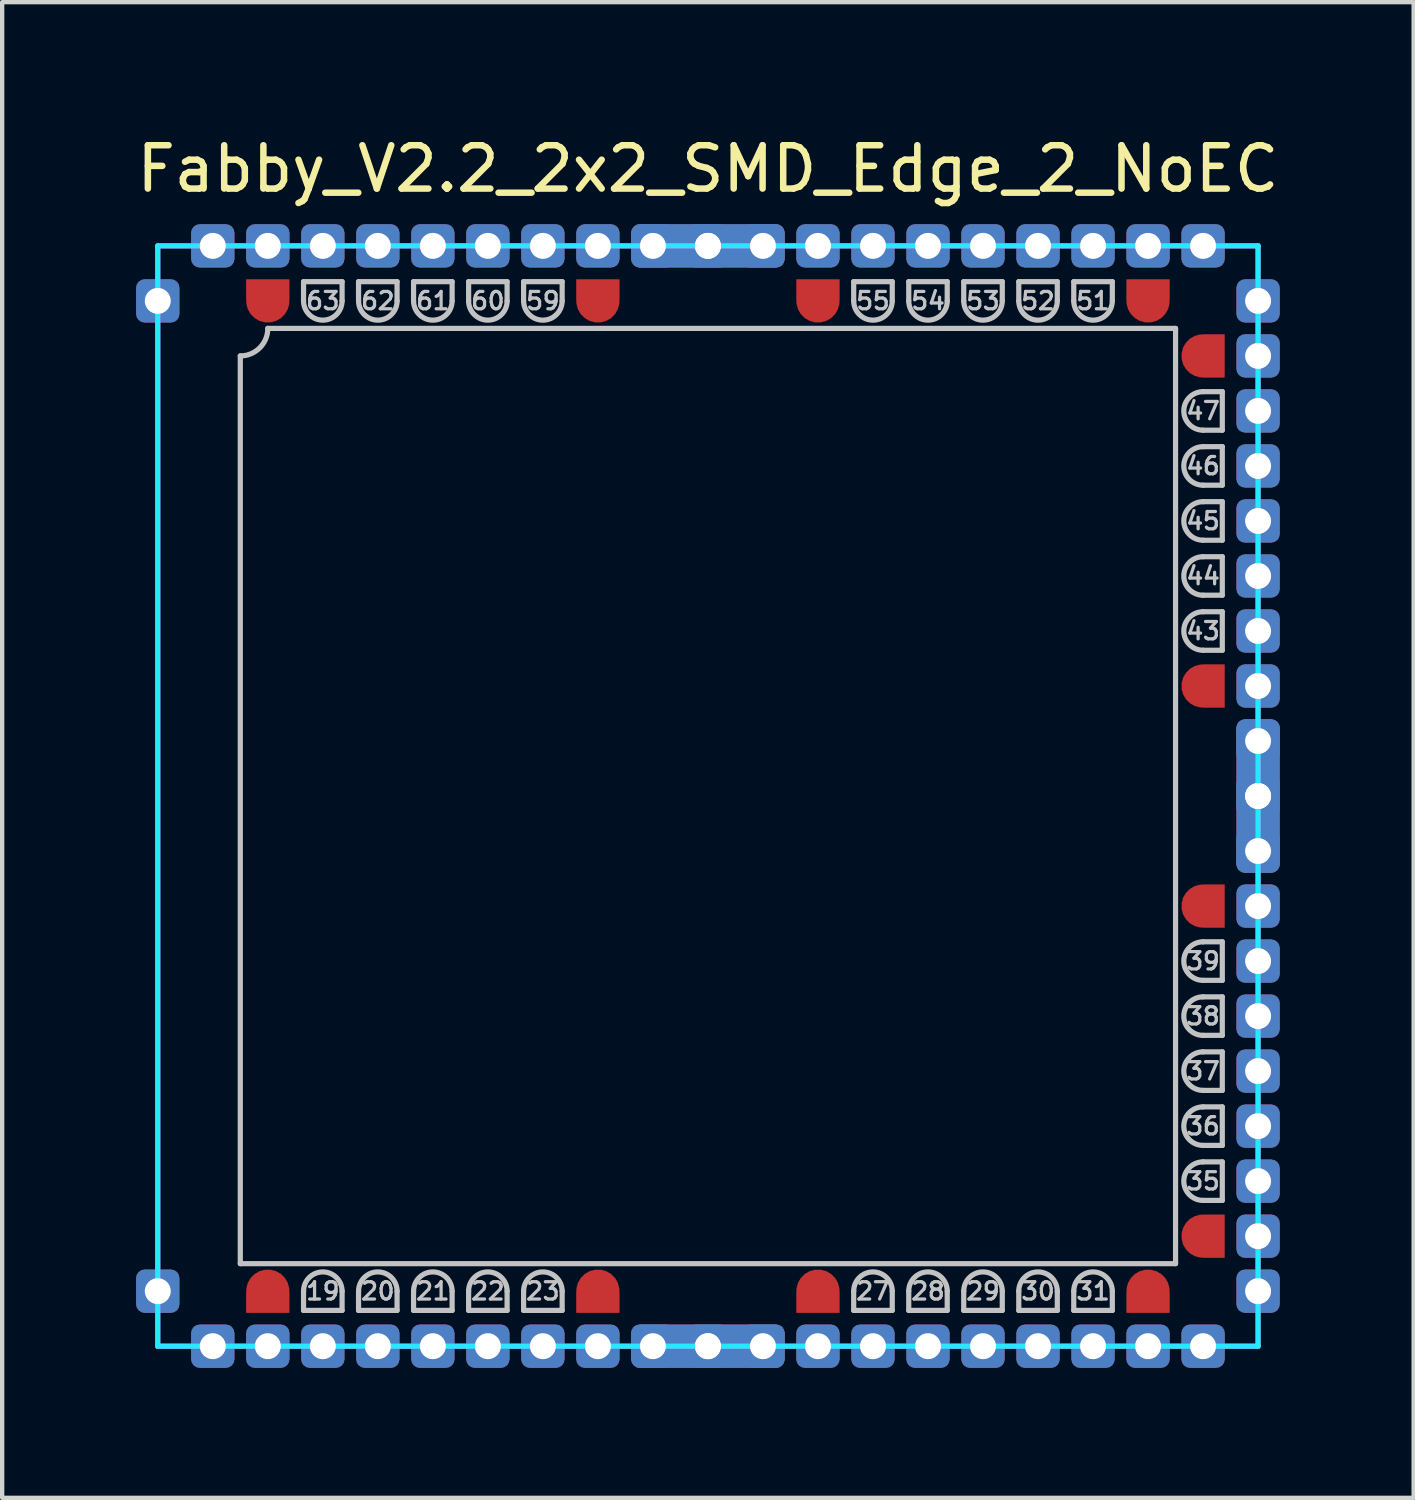
<source format=kicad_pcb>
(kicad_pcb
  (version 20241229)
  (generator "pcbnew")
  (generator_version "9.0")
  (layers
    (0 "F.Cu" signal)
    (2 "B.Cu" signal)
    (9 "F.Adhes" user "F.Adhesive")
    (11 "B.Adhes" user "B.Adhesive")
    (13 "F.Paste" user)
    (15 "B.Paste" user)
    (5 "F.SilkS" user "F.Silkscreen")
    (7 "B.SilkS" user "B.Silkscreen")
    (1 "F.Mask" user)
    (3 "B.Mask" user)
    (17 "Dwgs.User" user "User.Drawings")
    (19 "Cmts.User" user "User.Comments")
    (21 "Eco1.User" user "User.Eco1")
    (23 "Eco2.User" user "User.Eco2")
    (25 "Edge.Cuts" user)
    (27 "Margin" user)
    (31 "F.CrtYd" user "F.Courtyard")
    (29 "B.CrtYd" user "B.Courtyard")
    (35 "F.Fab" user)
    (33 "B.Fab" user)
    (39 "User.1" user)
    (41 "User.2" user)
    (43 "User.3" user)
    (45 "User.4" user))
  (footprint "Fabby_V2.2_2x2_SMD_Edge_2_NoEC"
    (layer "F.Cu")
    (at 13.292 15.326)
    (property "Reference" "Fabby_V2.2_2x2_SMD_Edge_2_NoEC" (at 0 -14.478 0) (layer "F.SilkS") (effects (font (size 1 1) (thickness 0.15))))
    (attr through_hole)
    (fp_line (start -10.795 10.795) (end -10.795 -10.16) (stroke (width 0.12) (type solid)) (layer "Dwgs.User"))
    (fp_line (start -10.16 -10.795) (end 10.795 -10.795) (stroke (width 0.12) (type solid)) (layer "Dwgs.User"))
    (fp_line (start -9.335 -11.874) (end -9.335 -11.43) (stroke (width 0.12) (type solid)) (layer "Dwgs.User"))
    (fp_line (start -9.335 11.874) (end -9.335 11.43) (stroke (width 0.12) (type solid)) (layer "Dwgs.User"))
    (fp_line (start -9.335 11.874) (end -8.445 11.874) (stroke (width 0.12) (type solid)) (layer "Dwgs.User"))
    (fp_line (start -8.445 -11.874) (end -9.335 -11.874) (stroke (width 0.12) (type solid)) (layer "Dwgs.User"))
    (fp_line (start -8.445 -11.874) (end -8.445 -11.43) (stroke (width 0.12) (type solid)) (layer "Dwgs.User"))
    (fp_line (start -8.445 11.874) (end -8.445 11.43) (stroke (width 0.12) (type solid)) (layer "Dwgs.User"))
    (fp_line (start -8.065 -11.874) (end -8.065 -11.43) (stroke (width 0.12) (type solid)) (layer "Dwgs.User"))
    (fp_line (start -8.065 11.874) (end -8.065 11.43) (stroke (width 0.12) (type solid)) (layer "Dwgs.User"))
    (fp_line (start -8.065 11.874) (end -7.176 11.874) (stroke (width 0.12) (type solid)) (layer "Dwgs.User"))
    (fp_line (start -7.176 -11.874) (end -8.065 -11.874) (stroke (width 0.12) (type solid)) (layer "Dwgs.User"))
    (fp_line (start -7.176 -11.874) (end -7.176 -11.43) (stroke (width 0.12) (type solid)) (layer "Dwgs.User"))
    (fp_line (start -7.176 11.874) (end -7.176 11.43) (stroke (width 0.12) (type solid)) (layer "Dwgs.User"))
    (fp_line (start -6.795 -11.874) (end -6.795 -11.43) (stroke (width 0.12) (type solid)) (layer "Dwgs.User"))
    (fp_line (start -6.795 11.874) (end -6.795 11.43) (stroke (width 0.12) (type solid)) (layer "Dwgs.User"))
    (fp_line (start -6.795 11.874) (end -5.905 11.874) (stroke (width 0.12) (type solid)) (layer "Dwgs.User"))
    (fp_line (start -5.905 -11.874) (end -6.795 -11.874) (stroke (width 0.12) (type solid)) (layer "Dwgs.User"))
    (fp_line (start -5.905 -11.874) (end -5.905 -11.43) (stroke (width 0.12) (type solid)) (layer "Dwgs.User"))
    (fp_line (start -5.905 11.874) (end -5.905 11.43) (stroke (width 0.12) (type solid)) (layer "Dwgs.User"))
    (fp_line (start -5.524 -11.874) (end -5.524 -11.43) (stroke (width 0.12) (type solid)) (layer "Dwgs.User"))
    (fp_line (start -5.524 11.874) (end -5.524 11.43) (stroke (width 0.12) (type solid)) (layer "Dwgs.User"))
    (fp_line (start -5.524 11.874) (end -4.636 11.874) (stroke (width 0.12) (type solid)) (layer "Dwgs.User"))
    (fp_line (start -4.636 -11.874) (end -5.524 -11.874) (stroke (width 0.12) (type solid)) (layer "Dwgs.User"))
    (fp_line (start -4.636 -11.874) (end -4.636 -11.43) (stroke (width 0.12) (type solid)) (layer "Dwgs.User"))
    (fp_line (start -4.636 11.874) (end -4.636 11.43) (stroke (width 0.12) (type solid)) (layer "Dwgs.User"))
    (fp_line (start -4.255 -11.874) (end -4.255 -11.43) (stroke (width 0.12) (type solid)) (layer "Dwgs.User"))
    (fp_line (start -4.255 11.874) (end -4.255 11.43) (stroke (width 0.12) (type solid)) (layer "Dwgs.User"))
    (fp_line (start -4.255 11.874) (end -3.365 11.874) (stroke (width 0.12) (type solid)) (layer "Dwgs.User"))
    (fp_line (start -3.365 -11.874) (end -4.255 -11.874) (stroke (width 0.12) (type solid)) (layer "Dwgs.User"))
    (fp_line (start -3.365 -11.874) (end -3.365 -11.43) (stroke (width 0.12) (type solid)) (layer "Dwgs.User"))
    (fp_line (start -3.365 11.874) (end -3.365 11.43) (stroke (width 0.12) (type solid)) (layer "Dwgs.User"))
    (fp_line (start 3.365 -11.874) (end 3.365 -11.43) (stroke (width 0.12) (type solid)) (layer "Dwgs.User"))
    (fp_line (start 3.365 11.874) (end 3.365 11.43) (stroke (width 0.12) (type solid)) (layer "Dwgs.User"))
    (fp_line (start 3.365 11.874) (end 4.255 11.874) (stroke (width 0.12) (type solid)) (layer "Dwgs.User"))
    (fp_line (start 4.255 -11.874) (end 3.365 -11.874) (stroke (width 0.12) (type solid)) (layer "Dwgs.User"))
    (fp_line (start 4.255 -11.874) (end 4.255 -11.43) (stroke (width 0.12) (type solid)) (layer "Dwgs.User"))
    (fp_line (start 4.255 11.874) (end 4.255 11.43) (stroke (width 0.12) (type solid)) (layer "Dwgs.User"))
    (fp_line (start 4.636 -11.874) (end 4.636 -11.43) (stroke (width 0.12) (type solid)) (layer "Dwgs.User"))
    (fp_line (start 4.636 11.874) (end 4.636 11.43) (stroke (width 0.12) (type solid)) (layer "Dwgs.User"))
    (fp_line (start 4.636 11.874) (end 5.524 11.874) (stroke (width 0.12) (type solid)) (layer "Dwgs.User"))
    (fp_line (start 5.524 -11.874) (end 4.636 -11.874) (stroke (width 0.12) (type solid)) (layer "Dwgs.User"))
    (fp_line (start 5.524 -11.874) (end 5.524 -11.43) (stroke (width 0.12) (type solid)) (layer "Dwgs.User"))
    (fp_line (start 5.524 11.874) (end 5.524 11.43) (stroke (width 0.12) (type solid)) (layer "Dwgs.User"))
    (fp_line (start 5.905 -11.874) (end 5.905 -11.43) (stroke (width 0.12) (type solid)) (layer "Dwgs.User"))
    (fp_line (start 5.905 11.874) (end 5.905 11.43) (stroke (width 0.12) (type solid)) (layer "Dwgs.User"))
    (fp_line (start 5.905 11.874) (end 6.795 11.874) (stroke (width 0.12) (type solid)) (layer "Dwgs.User"))
    (fp_line (start 6.795 -11.874) (end 5.905 -11.874) (stroke (width 0.12) (type solid)) (layer "Dwgs.User"))
    (fp_line (start 6.795 -11.874) (end 6.795 -11.43) (stroke (width 0.12) (type solid)) (layer "Dwgs.User"))
    (fp_line (start 6.795 11.874) (end 6.795 11.43) (stroke (width 0.12) (type solid)) (layer "Dwgs.User"))
    (fp_line (start 7.176 -11.874) (end 7.176 -11.43) (stroke (width 0.12) (type solid)) (layer "Dwgs.User"))
    (fp_line (start 7.176 11.874) (end 7.176 11.43) (stroke (width 0.12) (type solid)) (layer "Dwgs.User"))
    (fp_line (start 7.176 11.874) (end 8.065 11.874) (stroke (width 0.12) (type solid)) (layer "Dwgs.User"))
    (fp_line (start 8.065 -11.874) (end 7.176 -11.874) (stroke (width 0.12) (type solid)) (layer "Dwgs.User"))
    (fp_line (start 8.065 -11.874) (end 8.065 -11.43) (stroke (width 0.12) (type solid)) (layer "Dwgs.User"))
    (fp_line (start 8.065 11.874) (end 8.065 11.43) (stroke (width 0.12) (type solid)) (layer "Dwgs.User"))
    (fp_line (start 8.445 -11.874) (end 8.445 -11.43) (stroke (width 0.12) (type solid)) (layer "Dwgs.User"))
    (fp_line (start 8.445 11.874) (end 8.445 11.43) (stroke (width 0.12) (type solid)) (layer "Dwgs.User"))
    (fp_line (start 8.445 11.874) (end 9.335 11.874) (stroke (width 0.12) (type solid)) (layer "Dwgs.User"))
    (fp_line (start 9.335 -11.874) (end 8.445 -11.874) (stroke (width 0.12) (type solid)) (layer "Dwgs.User"))
    (fp_line (start 9.335 -11.874) (end 9.335 -11.43) (stroke (width 0.12) (type solid)) (layer "Dwgs.User"))
    (fp_line (start 9.335 11.874) (end 9.335 11.43) (stroke (width 0.12) (type solid)) (layer "Dwgs.User"))
    (fp_line (start 10.795 -10.795) (end 10.795 10.795) (stroke (width 0.12) (type solid)) (layer "Dwgs.User"))
    (fp_line (start 10.795 10.795) (end -10.795 10.795) (stroke (width 0.12) (type solid)) (layer "Dwgs.User"))
    (fp_line (start 11.874 -9.335) (end 11.43 -9.335) (stroke (width 0.12) (type solid)) (layer "Dwgs.User"))
    (fp_line (start 11.874 -8.445) (end 11.43 -8.445) (stroke (width 0.12) (type solid)) (layer "Dwgs.User"))
    (fp_line (start 11.874 -8.445) (end 11.874 -9.335) (stroke (width 0.12) (type solid)) (layer "Dwgs.User"))
    (fp_line (start 11.874 -8.065) (end 11.43 -8.065) (stroke (width 0.12) (type solid)) (layer "Dwgs.User"))
    (fp_line (start 11.874 -7.176) (end 11.43 -7.176) (stroke (width 0.12) (type solid)) (layer "Dwgs.User"))
    (fp_line (start 11.874 -7.176) (end 11.874 -8.065) (stroke (width 0.12) (type solid)) (layer "Dwgs.User"))
    (fp_line (start 11.874 -6.795) (end 11.43 -6.795) (stroke (width 0.12) (type solid)) (layer "Dwgs.User"))
    (fp_line (start 11.874 -5.905) (end 11.43 -5.905) (stroke (width 0.12) (type solid)) (layer "Dwgs.User"))
    (fp_line (start 11.874 -5.905) (end 11.874 -6.795) (stroke (width 0.12) (type solid)) (layer "Dwgs.User"))
    (fp_line (start 11.874 -5.524) (end 11.43 -5.524) (stroke (width 0.12) (type solid)) (layer "Dwgs.User"))
    (fp_line (start 11.874 -4.636) (end 11.43 -4.636) (stroke (width 0.12) (type solid)) (layer "Dwgs.User"))
    (fp_line (start 11.874 -4.636) (end 11.874 -5.524) (stroke (width 0.12) (type solid)) (layer "Dwgs.User"))
    (fp_line (start 11.874 -4.255) (end 11.43 -4.255) (stroke (width 0.12) (type solid)) (layer "Dwgs.User"))
    (fp_line (start 11.874 -3.365) (end 11.43 -3.365) (stroke (width 0.12) (type solid)) (layer "Dwgs.User"))
    (fp_line (start 11.874 -3.365) (end 11.874 -4.255) (stroke (width 0.12) (type solid)) (layer "Dwgs.User"))
    (fp_line (start 11.874 3.365) (end 11.43 3.365) (stroke (width 0.12) (type solid)) (layer "Dwgs.User"))
    (fp_line (start 11.874 4.255) (end 11.43 4.255) (stroke (width 0.12) (type solid)) (layer "Dwgs.User"))
    (fp_line (start 11.874 4.255) (end 11.874 3.365) (stroke (width 0.12) (type solid)) (layer "Dwgs.User"))
    (fp_line (start 11.874 4.636) (end 11.43 4.636) (stroke (width 0.12) (type solid)) (layer "Dwgs.User"))
    (fp_line (start 11.874 5.524) (end 11.43 5.524) (stroke (width 0.12) (type solid)) (layer "Dwgs.User"))
    (fp_line (start 11.874 5.524) (end 11.874 4.636) (stroke (width 0.12) (type solid)) (layer "Dwgs.User"))
    (fp_line (start 11.874 5.905) (end 11.43 5.905) (stroke (width 0.12) (type solid)) (layer "Dwgs.User"))
    (fp_line (start 11.874 6.795) (end 11.43 6.795) (stroke (width 0.12) (type solid)) (layer "Dwgs.User"))
    (fp_line (start 11.874 6.795) (end 11.874 5.905) (stroke (width 0.12) (type solid)) (layer "Dwgs.User"))
    (fp_line (start 11.874 7.176) (end 11.43 7.176) (stroke (width 0.12) (type solid)) (layer "Dwgs.User"))
    (fp_line (start 11.874 8.065) (end 11.43 8.065) (stroke (width 0.12) (type solid)) (layer "Dwgs.User"))
    (fp_line (start 11.874 8.065) (end 11.874 7.176) (stroke (width 0.12) (type solid)) (layer "Dwgs.User"))
    (fp_line (start 11.874 8.445) (end 11.43 8.445) (stroke (width 0.12) (type solid)) (layer "Dwgs.User"))
    (fp_line (start 11.874 9.335) (end 11.43 9.335) (stroke (width 0.12) (type solid)) (layer "Dwgs.User"))
    (fp_line (start 11.874 9.335) (end 11.874 8.445) (stroke (width 0.12) (type solid)) (layer "Dwgs.User"))
    (fp_arc (start -10.16 -10.795) (mid -10.345987 -10.345987) (end -10.795 -10.16) (stroke (width 0.12) (type solid)) (layer "Dwgs.User"))
    (fp_arc (start -9.3345 11.43) (mid -8.89 10.9855) (end -8.4455 11.43) (stroke (width 0.12) (type solid)) (layer "Dwgs.User"))
    (fp_arc (start -8.4455 -11.43) (mid -8.89 -10.9855) (end -9.3345 -11.43) (stroke (width 0.12) (type solid)) (layer "Dwgs.User"))
    (fp_arc (start -8.0645 11.43) (mid -7.62 10.9855) (end -7.1755 11.43) (stroke (width 0.12) (type solid)) (layer "Dwgs.User"))
    (fp_arc (start -7.1755 -11.43) (mid -7.62 -10.9855) (end -8.0645 -11.43) (stroke (width 0.12) (type solid)) (layer "Dwgs.User"))
    (fp_arc (start -6.7945 11.43) (mid -6.35 10.9855) (end -5.9055 11.43) (stroke (width 0.12) (type solid)) (layer "Dwgs.User"))
    (fp_arc (start -5.9055 -11.43) (mid -6.35 -10.9855) (end -6.7945 -11.43) (stroke (width 0.12) (type solid)) (layer "Dwgs.User"))
    (fp_arc (start -5.5245 11.43) (mid -5.08 10.9855) (end -4.6355 11.43) (stroke (width 0.12) (type solid)) (layer "Dwgs.User"))
    (fp_arc (start -4.6355 -11.43) (mid -5.08 -10.9855) (end -5.5245 -11.43) (stroke (width 0.12) (type solid)) (layer "Dwgs.User"))
    (fp_arc (start -4.2545 11.43) (mid -3.81 10.9855) (end -3.3655 11.43) (stroke (width 0.12) (type solid)) (layer "Dwgs.User"))
    (fp_arc (start -3.3655 -11.43) (mid -3.81 -10.9855) (end -4.2545 -11.43) (stroke (width 0.12) (type solid)) (layer "Dwgs.User"))
    (fp_arc (start 3.3655 11.43) (mid 3.81 10.9855) (end 4.2545 11.43) (stroke (width 0.12) (type solid)) (layer "Dwgs.User"))
    (fp_arc (start 4.2545 -11.43) (mid 3.81 -10.9855) (end 3.3655 -11.43) (stroke (width 0.12) (type solid)) (layer "Dwgs.User"))
    (fp_arc (start 4.6355 11.43) (mid 5.08 10.9855) (end 5.5245 11.43) (stroke (width 0.12) (type solid)) (layer "Dwgs.User"))
    (fp_arc (start 5.5245 -11.43) (mid 5.08 -10.9855) (end 4.6355 -11.43) (stroke (width 0.12) (type solid)) (layer "Dwgs.User"))
    (fp_arc (start 5.9055 11.43) (mid 6.35 10.9855) (end 6.7945 11.43) (stroke (width 0.12) (type solid)) (layer "Dwgs.User"))
    (fp_arc (start 6.7945 -11.43) (mid 6.35 -10.9855) (end 5.9055 -11.43) (stroke (width 0.12) (type solid)) (layer "Dwgs.User"))
    (fp_arc (start 7.1755 11.43) (mid 7.62 10.9855) (end 8.0645 11.43) (stroke (width 0.12) (type solid)) (layer "Dwgs.User"))
    (fp_arc (start 8.0645 -11.43) (mid 7.62 -10.9855) (end 7.1755 -11.43) (stroke (width 0.12) (type solid)) (layer "Dwgs.User"))
    (fp_arc (start 8.4455 11.43) (mid 8.89 10.9855) (end 9.3345 11.43) (stroke (width 0.12) (type solid)) (layer "Dwgs.User"))
    (fp_arc (start 9.3345 -11.43) (mid 8.89 -10.9855) (end 8.4455 -11.43) (stroke (width 0.12) (type solid)) (layer "Dwgs.User"))
    (fp_arc (start 11.43 -8.4455) (mid 10.9855 -8.89) (end 11.43 -9.3345) (stroke (width 0.12) (type solid)) (layer "Dwgs.User"))
    (fp_arc (start 11.43 -7.1755) (mid 10.9855 -7.62) (end 11.43 -8.0645) (stroke (width 0.12) (type solid)) (layer "Dwgs.User"))
    (fp_arc (start 11.43 -5.9055) (mid 10.9855 -6.35) (end 11.43 -6.7945) (stroke (width 0.12) (type solid)) (layer "Dwgs.User"))
    (fp_arc (start 11.43 -4.6355) (mid 10.9855 -5.08) (end 11.43 -5.5245) (stroke (width 0.12) (type solid)) (layer "Dwgs.User"))
    (fp_arc (start 11.43 -3.3655) (mid 10.9855 -3.81) (end 11.43 -4.2545) (stroke (width 0.12) (type solid)) (layer "Dwgs.User"))
    (fp_arc (start 11.43 4.2545) (mid 10.9855 3.81) (end 11.43 3.3655) (stroke (width 0.12) (type solid)) (layer "Dwgs.User"))
    (fp_arc (start 11.43 5.5245) (mid 10.9855 5.08) (end 11.43 4.6355) (stroke (width 0.12) (type solid)) (layer "Dwgs.User"))
    (fp_arc (start 11.43 6.7945) (mid 10.9855 6.35) (end 11.43 5.9055) (stroke (width 0.12) (type solid)) (layer "Dwgs.User"))
    (fp_arc (start 11.43 8.0645) (mid 10.9855 7.62) (end 11.43 7.1755) (stroke (width 0.12) (type solid)) (layer "Dwgs.User"))
    (fp_arc (start 11.43 9.3345) (mid 10.9855 8.89) (end 11.43 8.4455) (stroke (width 0.12) (type solid)) (layer "Dwgs.User"))
    (fp_line (start -12.7 -12.7) (end 12.7 -12.7) (stroke (width 0.12) (type solid)) (layer "B.CrtYd"))
    (fp_line (start -12.7 12.7) (end -12.7 -12.7) (stroke (width 0.12) (type solid)) (layer "B.CrtYd"))
    (fp_line (start 12.7 -12.7) (end 12.7 12.7) (stroke (width 0.12) (type solid)) (layer "B.CrtYd"))
    (fp_line (start 12.7 12.7) (end -12.7 12.7) (stroke (width 0.12) (type solid)) (layer "B.CrtYd"))
    (fp_line (start -12.7 -12.7) (end 12.7 -12.7) (stroke (width 0.12) (type solid)) (layer "F.CrtYd"))
    (fp_line (start -12.7 12.7) (end -12.7 -12.7) (stroke (width 0.12) (type solid)) (layer "F.CrtYd"))
    (fp_line (start 12.7 -12.7) (end 12.7 12.7) (stroke (width 0.12) (type solid)) (layer "F.CrtYd"))
    (fp_line (start 12.7 12.7) (end -12.7 12.7) (stroke (width 0.12) (type solid)) (layer "F.CrtYd"))
    (fp_text user "39" (at 11.43 3.81 0) (layer "Dwgs.User") (effects (font (size 0.4 0.4) (thickness 0.075))))
    (fp_text user "21" (at -6.35 11.43 0) (layer "Dwgs.User") (effects (font (size 0.4 0.4) (thickness 0.075))))
    (fp_text user "63" (at -8.89 -11.43 0) (layer "Dwgs.User") (effects (font (size 0.4 0.4) (thickness 0.075))))
    (fp_text user "45" (at 11.43 -6.35 0) (layer "Dwgs.User") (effects (font (size 0.4 0.4) (thickness 0.075))))
    (fp_text user "37" (at 11.43 6.35 0) (layer "Dwgs.User") (effects (font (size 0.4 0.4) (thickness 0.075))))
    (fp_text user "19" (at -8.89 11.43 0) (layer "Dwgs.User") (effects (font (size 0.4 0.4) (thickness 0.075))))
    (fp_text user "60" (at -5.08 -11.43 0) (layer "Dwgs.User") (effects (font (size 0.4 0.4) (thickness 0.075))))
    (fp_text user "31" (at 8.89 11.43 0) (layer "Dwgs.User") (effects (font (size 0.4 0.4) (thickness 0.075))))
    (fp_text user "22" (at -5.08 11.43 0) (layer "Dwgs.User") (effects (font (size 0.4 0.4) (thickness 0.075))))
    (fp_text user "35" (at 11.43 8.89 0) (layer "Dwgs.User") (effects (font (size 0.4 0.4) (thickness 0.075))))
    (fp_text user "23" (at -3.81 11.43 0) (layer "Dwgs.User") (effects (font (size 0.4 0.4) (thickness 0.075))))
    (fp_text user "52" (at 7.62 -11.43 0) (layer "Dwgs.User") (effects (font (size 0.4 0.4) (thickness 0.075))))
    (fp_text user "43" (at 11.43 -3.81 0) (layer "Dwgs.User") (effects (font (size 0.4 0.4) (thickness 0.075))))
    (fp_text user "54" (at 5.08 -11.43 0) (layer "Dwgs.User") (effects (font (size 0.4 0.4) (thickness 0.075))))
    (fp_text user "29" (at 6.35 11.43 0) (layer "Dwgs.User") (effects (font (size 0.4 0.4) (thickness 0.075))))
    (fp_text user "36" (at 11.43 7.62 0) (layer "Dwgs.User") (effects (font (size 0.4 0.4) (thickness 0.075))))
    (fp_text user "20" (at -7.62 11.43 0) (layer "Dwgs.User") (effects (font (size 0.4 0.4) (thickness 0.075))))
    (fp_text user "55" (at 3.81 -11.43 0) (layer "Dwgs.User") (effects (font (size 0.4 0.4) (thickness 0.075))))
    (fp_text user "62" (at -7.62 -11.43 0) (layer "Dwgs.User") (effects (font (size 0.4 0.4) (thickness 0.075))))
    (fp_text user "30" (at 7.62 11.43 0) (layer "Dwgs.User") (effects (font (size 0.4 0.4) (thickness 0.075))))
    (fp_text user "28" (at 5.08 11.43 0) (layer "Dwgs.User") (effects (font (size 0.4 0.4) (thickness 0.075))))
    (fp_text user "44" (at 11.43 -5.08 0) (layer "Dwgs.User") (effects (font (size 0.4 0.4) (thickness 0.075))))
    (fp_text user "59" (at -3.81 -11.43 0) (layer "Dwgs.User") (effects (font (size 0.4 0.4) (thickness 0.075))))
    (fp_text user "53" (at 6.35 -11.43 0) (layer "Dwgs.User") (effects (font (size 0.4 0.4) (thickness 0.075))))
    (fp_text user "38" (at 11.43 5.08 0) (layer "Dwgs.User") (effects (font (size 0.4 0.4) (thickness 0.075))))
    (fp_text user "46" (at 11.43 -7.62 0) (layer "Dwgs.User") (effects (font (size 0.4 0.4) (thickness 0.075))))
    (fp_text user "47" (at 11.43 -8.89 0) (layer "Dwgs.User") (effects (font (size 0.4 0.4) (thickness 0.075))))
    (fp_text user "51" (at 8.89 -11.43 0) (layer "Dwgs.User") (effects (font (size 0.4 0.4) (thickness 0.075))))
    (fp_text user "61" (at -6.35 -11.43 0) (layer "Dwgs.User") (effects (font (size 0.4 0.4) (thickness 0.075))))
    (fp_text user "27" (at 3.81 11.43 0) (layer "Dwgs.User") (effects (font (size 0.4 0.4) (thickness 0.075))))
    (pad "" thru_hole roundrect (at -10.16 -12.7 270) (size 1 1) (drill 0.6) (layers "*.Cu" "*.Mask") (roundrect_rratio 0.2))
    (pad "" thru_hole roundrect (at -10.16 12.7 270) (size 1 1) (drill 0.6) (layers "*.Cu" "*.Mask") (roundrect_rratio 0.2))
    (pad "" thru_hole roundrect (at -2.54 -12.7 270) (size 1 1) (drill 0.6) (layers "*.Cu" "*.Mask") (roundrect_rratio 0.2))
    (pad "" thru_hole roundrect (at -2.54 12.7 270) (size 1 1) (drill 0.6) (layers "*.Cu" "*.Mask") (roundrect_rratio 0.2))
    (pad "" thru_hole roundrect (at 2.54 -12.7 270) (size 1 1) (drill 0.6) (layers "*.Cu" "*.Mask") (roundrect_rratio 0.2))
    (pad "" thru_hole roundrect (at 2.54 12.7 270) (size 1 1) (drill 0.6) (layers "*.Cu" "*.Mask") (roundrect_rratio 0.2))
    (pad "" thru_hole roundrect (at 10.16 -12.7 270) (size 1 1) (drill 0.6) (layers "*.Cu" "*.Mask") (roundrect_rratio 0.2))
    (pad "" thru_hole roundrect (at 10.16 12.7 270) (size 1 1) (drill 0.6) (layers "*.Cu" "*.Mask") (roundrect_rratio 0.2))
    (pad "" thru_hole roundrect (at 12.7 -10.16 270) (size 1 1) (drill 0.6) (layers "*.Cu" "*.Mask") (roundrect_rratio 0.2))
    (pad "" thru_hole roundrect (at 12.7 -2.54 270) (size 1 1) (drill 0.6) (layers "*.Cu" "*.Mask") (roundrect_rratio 0.2))
    (pad "" thru_hole roundrect (at 12.7 2.54 270) (size 1 1) (drill 0.6) (layers "*.Cu" "*.Mask") (roundrect_rratio 0.2))
    (pad "" thru_hole roundrect (at 12.7 10.16 270) (size 1 1) (drill 0.6) (layers "*.Cu" "*.Mask") (roundrect_rratio 0.2))
    (pad "1" thru_hole roundrect (at -12.7 -11.43 270) (size 1 1) (drill 0.6) (layers "*.Cu" "*.Mask") (roundrect_rratio 0.2))
    (pad "1" thru_hole roundrect (at -12.7 11.43 270) (size 1 1) (drill 0.6) (layers "*.Cu" "*.Mask") (roundrect_rratio 0.2))
    (pad "1" thru_hole roundrect (at -11.43 -12.7 180) (size 1 1) (drill 0.6) (layers "*.Cu" "*.Mask") (roundrect_rratio 0.2))
    (pad "1" thru_hole roundrect (at -11.43 12.7) (size 1 1) (drill 0.6) (layers "*.Cu" "*.Mask") (roundrect_rratio 0.2))
    (pad "1" thru_hole roundrect (at -1.27 -12.7) (size 1 1) (drill 0.6) (layers "*.Cu" "*.Mask") (roundrect_rratio 0.2))
    (pad "1" thru_hole roundrect (at -1.27 12.7) (size 1 1) (drill 0.6) (layers "*.Cu" "*.Mask") (roundrect_rratio 0.2))
    (pad "1" thru_hole roundrect (at 0 -12.7 270) (size 1 2.254) (drill 0.6 (offset 0 -0.643)) (layers "*.Cu" "*.Mask") (roundrect_rratio 0.2))
    (pad "1" thru_hole roundrect (at 0 -12.7 90) (size 1 2.254) (drill 0.6 (offset 0 -0.643)) (layers "*.Cu" "*.Mask") (roundrect_rratio 0.2))
    (pad "1" thru_hole roundrect (at 0 12.7 90) (size 1 2.254) (drill 0.6 (offset 0 -0.643)) (layers "*.Cu" "*.Mask") (roundrect_rratio 0.2))
    (pad "1" thru_hole roundrect (at 0 12.7 270) (size 1 2.254) (drill 0.6 (offset 0 -0.643)) (layers "*.Cu" "*.Mask") (roundrect_rratio 0.2))
    (pad "1" thru_hole roundrect (at 1.27 -12.7) (size 1 1) (drill 0.6) (layers "*.Cu" "*.Mask") (roundrect_rratio 0.2))
    (pad "1" thru_hole roundrect (at 1.27 12.7) (size 1 1) (drill 0.6) (layers "*.Cu" "*.Mask") (roundrect_rratio 0.2))
    (pad "1" thru_hole roundrect (at 11.43 -12.7 180) (size 1 1) (drill 0.6) (layers "*.Cu" "*.Mask") (roundrect_rratio 0.2))
    (pad "1" thru_hole roundrect (at 11.43 12.7) (size 1 1) (drill 0.6) (layers "*.Cu" "*.Mask") (roundrect_rratio 0.2))
    (pad "1" thru_hole roundrect (at 12.7 -11.43 90) (size 1 1) (drill 0.6) (layers "*.Cu" "*.Mask") (roundrect_rratio 0.2))
    (pad "1" thru_hole roundrect (at 12.7 -1.27 270) (size 1 1) (drill 0.6) (layers "*.Cu" "*.Mask") (roundrect_rratio 0.2))
    (pad "1" thru_hole roundrect (at 12.7 0) (size 1 2.254) (drill 0.6 (offset 0 -0.643)) (layers "*.Cu" "*.Mask") (roundrect_rratio 0.2))
    (pad "1" thru_hole roundrect (at 12.7 0 180) (size 1 2.254) (drill 0.6 (offset 0 -0.643)) (layers "*.Cu" "*.Mask") (roundrect_rratio 0.2))
    (pad "1" thru_hole roundrect (at 12.7 1.27 270) (size 1 1) (drill 0.6) (layers "*.Cu" "*.Mask") (roundrect_rratio 0.2))
    (pad "1" thru_hole roundrect (at 12.7 11.43 90) (size 1 1) (drill 0.6) (layers "*.Cu" "*.Mask") (roundrect_rratio 0.2))
    (pad "16" smd custom (at -10.16 11.43 90) (size 1 1) (layers "F.Cu" "F.Mask" "F.Paste") (options (anchor circle)) (primitives (gr_poly (pts (xy -0.5 -0.5) (xy 0 -0.5) (xy 0 0.5) (xy -0.5 0.5)) (width 0) (fill yes))))
    (pad "17" thru_hole roundrect (at -8.89 12.7 270) (size 1 1) (drill 0.6) (layers "*.Cu" "*.Mask") (roundrect_rratio 0.2))
    (pad "18" thru_hole roundrect (at -7.62 12.7 270) (size 1 1) (drill 0.6) (layers "*.Cu" "*.Mask") (roundrect_rratio 0.2))
    (pad "19" thru_hole roundrect (at -6.35 12.7 270) (size 1 1) (drill 0.6) (layers "*.Cu" "*.Mask") (roundrect_rratio 0.2))
    (pad "20" thru_hole roundrect (at -5.08 12.7 270) (size 1 1) (drill 0.6) (layers "*.Cu" "*.Mask") (roundrect_rratio 0.2))
    (pad "21" thru_hole roundrect (at -3.81 12.7 270) (size 1 1) (drill 0.6) (layers "*.Cu" "*.Mask") (roundrect_rratio 0.2))
    (pad "22" smd custom (at -2.54 11.43 90) (size 1 1) (layers "F.Cu" "F.Mask" "F.Paste") (options (anchor circle)) (primitives (gr_poly (pts (xy -0.5 -0.5) (xy 0 -0.5) (xy 0 0.5) (xy -0.5 0.5)) (width 0) (fill yes))))
    (pad "23" smd custom (at 2.54 11.43 90) (size 1 1) (layers "F.Cu" "F.Mask" "F.Paste") (options (anchor circle)) (primitives (gr_poly (pts (xy -0.5 -0.5) (xy 0 -0.5) (xy 0 0.5) (xy -0.5 0.5)) (width 0) (fill yes))))
    (pad "24" thru_hole roundrect (at 3.81 12.7 270) (size 1 1) (drill 0.6) (layers "*.Cu" "*.Mask") (roundrect_rratio 0.2))
    (pad "25" thru_hole roundrect (at 5.08 12.7 270) (size 1 1) (drill 0.6) (layers "*.Cu" "*.Mask") (roundrect_rratio 0.2))
    (pad "26" thru_hole roundrect (at 6.35 12.7 270) (size 1 1) (drill 0.6) (layers "*.Cu" "*.Mask") (roundrect_rratio 0.2))
    (pad "27" thru_hole roundrect (at 7.62 12.7 270) (size 1 1) (drill 0.6) (layers "*.Cu" "*.Mask") (roundrect_rratio 0.2))
    (pad "28" thru_hole roundrect (at 8.89 12.7 270) (size 1 1) (drill 0.6) (layers "*.Cu" "*.Mask") (roundrect_rratio 0.2))
    (pad "29" smd custom (at 10.16 11.43 90) (size 1 1) (layers "F.Cu" "F.Mask" "F.Paste") (options (anchor circle)) (primitives (gr_poly (pts (xy -0.5 -0.5) (xy 0 -0.5) (xy 0 0.5) (xy -0.5 0.5)) (width 0) (fill yes))))
    (pad "30" smd custom (at 11.43 10.16 180) (size 1 1) (layers "F.Cu" "F.Mask" "F.Paste") (options (anchor circle)) (primitives (gr_poly (pts (xy -0.5 -0.5) (xy 0 -0.5) (xy 0 0.5) (xy -0.5 0.5)) (width 0) (fill yes))))
    (pad "31" thru_hole roundrect (at 12.7 8.89 270) (size 1 1) (drill 0.6) (layers "*.Cu" "*.Mask") (roundrect_rratio 0.2))
    (pad "32" thru_hole roundrect (at 12.7 7.62 270) (size 1 1) (drill 0.6) (layers "*.Cu" "*.Mask") (roundrect_rratio 0.2))
    (pad "33" thru_hole roundrect (at 12.7 6.35 270) (size 1 1) (drill 0.6) (layers "*.Cu" "*.Mask") (roundrect_rratio 0.2))
    (pad "34" thru_hole roundrect (at 12.7 5.08 270) (size 1 1) (drill 0.6) (layers "*.Cu" "*.Mask") (roundrect_rratio 0.2))
    (pad "35" thru_hole roundrect (at 12.7 3.81 270) (size 1 1) (drill 0.6) (layers "*.Cu" "*.Mask") (roundrect_rratio 0.2))
    (pad "36" smd custom (at 11.43 2.54 180) (size 1 1) (layers "F.Cu" "F.Mask" "F.Paste") (options (anchor circle)) (primitives (gr_poly (pts (xy -0.5 -0.5) (xy 0 -0.5) (xy 0 0.5) (xy -0.5 0.5)) (width 0) (fill yes))))
    (pad "37" smd custom (at 11.43 -2.54 180) (size 1 1) (layers "F.Cu" "F.Mask" "F.Paste") (options (anchor circle)) (primitives (gr_poly (pts (xy -0.5 -0.5) (xy 0 -0.5) (xy 0 0.5) (xy -0.5 0.5)) (width 0) (fill yes))))
    (pad "38" thru_hole roundrect (at 12.7 -3.81 270) (size 1 1) (drill 0.6) (layers "*.Cu" "*.Mask") (roundrect_rratio 0.2))
    (pad "39" thru_hole roundrect (at 12.7 -5.08 270) (size 1 1) (drill 0.6) (layers "*.Cu" "*.Mask") (roundrect_rratio 0.2))
    (pad "40" thru_hole roundrect (at 12.7 -6.35 270) (size 1 1) (drill 0.6) (layers "*.Cu" "*.Mask") (roundrect_rratio 0.2))
    (pad "41" thru_hole roundrect (at 12.7 -7.62 270) (size 1 1) (drill 0.6) (layers "*.Cu" "*.Mask") (roundrect_rratio 0.2))
    (pad "42" thru_hole roundrect (at 12.7 -8.89 270) (size 1 1) (drill 0.6) (layers "*.Cu" "*.Mask") (roundrect_rratio 0.2))
    (pad "43" smd custom (at 11.43 -10.16 180) (size 1 1) (layers "F.Cu" "F.Mask" "F.Paste") (options (anchor circle)) (primitives (gr_poly (pts (xy -0.5 -0.5) (xy 0 -0.5) (xy 0 0.5) (xy -0.5 0.5)) (width 0) (fill yes))))
    (pad "44" smd custom (at 10.16 -11.43 270) (size 1 1) (layers "F.Cu" "F.Mask" "F.Paste") (options (anchor circle)) (primitives (gr_poly (pts (xy -0.5 -0.5) (xy 0 -0.5) (xy 0 0.5) (xy -0.5 0.5)) (width 0) (fill yes))))
    (pad "45" thru_hole roundrect (at 8.89 -12.7 270) (size 1 1) (drill 0.6) (layers "*.Cu" "*.Mask") (roundrect_rratio 0.2))
    (pad "46" thru_hole roundrect (at 7.62 -12.7 270) (size 1 1) (drill 0.6) (layers "*.Cu" "*.Mask") (roundrect_rratio 0.2))
    (pad "47" thru_hole roundrect (at 6.35 -12.7 270) (size 1 1) (drill 0.6) (layers "*.Cu" "*.Mask") (roundrect_rratio 0.2))
    (pad "48" thru_hole roundrect (at 5.08 -12.7 270) (size 1 1) (drill 0.6) (layers "*.Cu" "*.Mask") (roundrect_rratio 0.2))
    (pad "49" thru_hole roundrect (at 3.81 -12.7 270) (size 1 1) (drill 0.6) (layers "*.Cu" "*.Mask") (roundrect_rratio 0.2))
    (pad "50" smd custom (at 2.54 -11.43 270) (size 1 1) (layers "F.Cu" "F.Mask" "F.Paste") (options (anchor circle)) (primitives (gr_poly (pts (xy -0.5 -0.5) (xy 0 -0.5) (xy 0 0.5) (xy -0.5 0.5)) (width 0) (fill yes))))
    (pad "51" smd custom (at -2.54 -11.43 270) (size 1 1) (layers "F.Cu" "F.Mask" "F.Paste") (options (anchor circle)) (primitives (gr_poly (pts (xy -0.5 -0.5) (xy 0 -0.5) (xy 0 0.5) (xy -0.5 0.5)) (width 0) (fill yes))))
    (pad "52" thru_hole roundrect (at -3.81 -12.7 270) (size 1 1) (drill 0.6) (layers "*.Cu" "*.Mask") (roundrect_rratio 0.2))
    (pad "53" thru_hole roundrect (at -5.08 -12.7 270) (size 1 1) (drill 0.6) (layers "*.Cu" "*.Mask") (roundrect_rratio 0.2))
    (pad "54" thru_hole roundrect (at -6.35 -12.7 270) (size 1 1) (drill 0.6) (layers "*.Cu" "*.Mask") (roundrect_rratio 0.2))
    (pad "55" thru_hole roundrect (at -7.62 -12.7 270) (size 1 1) (drill 0.6) (layers "*.Cu" "*.Mask") (roundrect_rratio 0.2))
    (pad "56" thru_hole roundrect (at -8.89 -12.7 270) (size 1 1) (drill 0.6) (layers "*.Cu" "*.Mask") (roundrect_rratio 0.2))
    (pad "57" smd custom (at -10.16 -11.43 270) (size 1 1) (layers "F.Cu" "F.Mask" "F.Paste") (options (anchor circle)) (primitives (gr_poly (pts (xy -0.5 -0.5) (xy 0 -0.5) (xy 0 0.5) (xy -0.5 0.5)) (width 0) (fill yes)))))
  (gr_rect
    (start -3 -3)
    (end 29.583 31.526)
    (stroke (width 0.1) (type default))
    (fill no)
    (layer "Edge.Cuts")))
</source>
